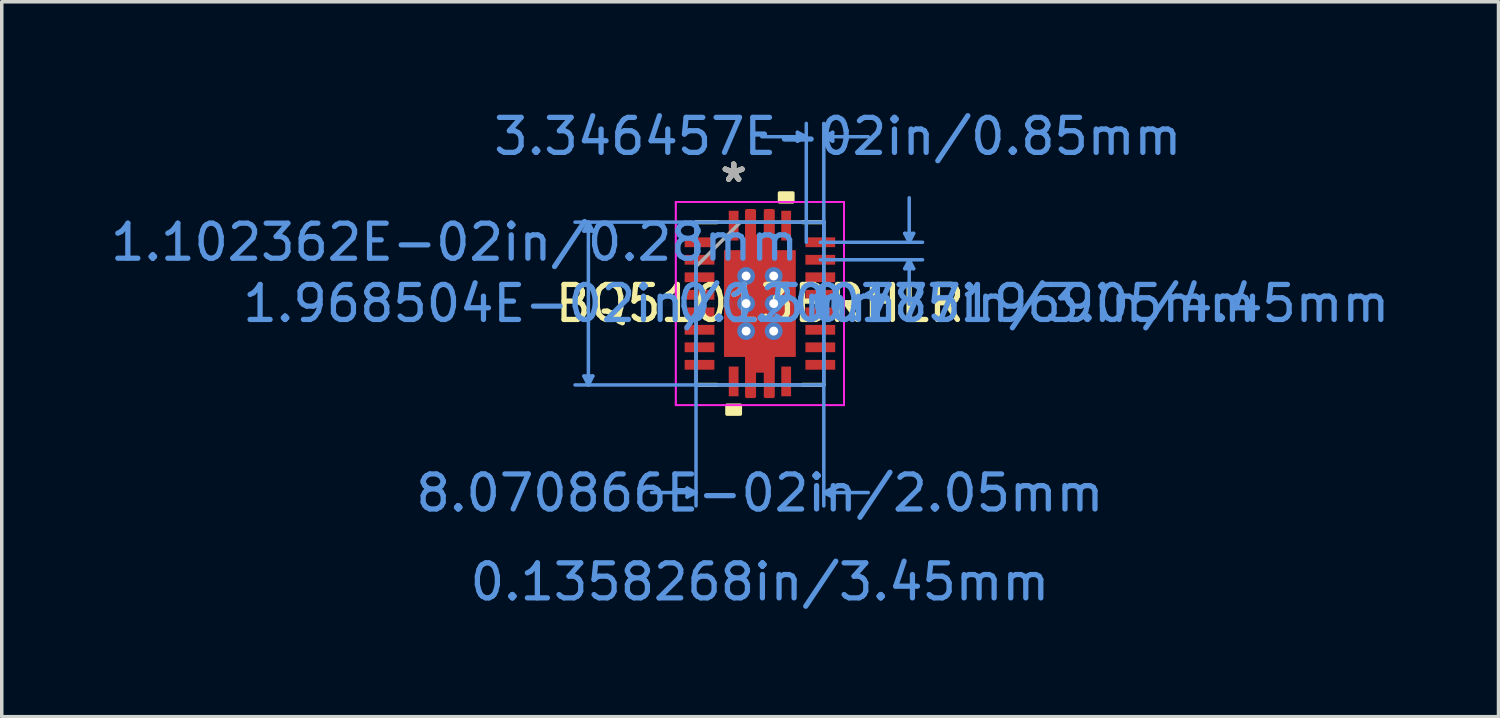
<source format=kicad_pcb>
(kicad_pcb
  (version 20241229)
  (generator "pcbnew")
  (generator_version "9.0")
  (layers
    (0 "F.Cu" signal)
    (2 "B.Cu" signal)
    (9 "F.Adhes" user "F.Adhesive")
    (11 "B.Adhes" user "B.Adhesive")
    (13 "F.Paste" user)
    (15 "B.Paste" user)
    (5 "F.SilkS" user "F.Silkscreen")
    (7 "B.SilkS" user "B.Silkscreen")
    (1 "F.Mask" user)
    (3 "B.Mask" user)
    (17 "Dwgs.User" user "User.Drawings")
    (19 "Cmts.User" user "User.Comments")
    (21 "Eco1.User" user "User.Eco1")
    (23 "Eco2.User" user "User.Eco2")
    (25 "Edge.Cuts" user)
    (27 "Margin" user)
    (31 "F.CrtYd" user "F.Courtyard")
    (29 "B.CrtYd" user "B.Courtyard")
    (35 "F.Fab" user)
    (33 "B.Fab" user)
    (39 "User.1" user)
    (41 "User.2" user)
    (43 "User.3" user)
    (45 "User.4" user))
  (footprint "BQ51013BRHLR"
    (layer "F.Cu")
    (at 18.658 5.621)
    (property "Reference" "BQ51013BRHLR" (at 0 0 0) (layer "F.SilkS") (effects (font (size 1 1) (thickness 0.15))))
    (attr through_hole)
    (fp_poly (pts (xy 0.375 -1.525) (xy 0.375 -2.65) (xy 0.16 -2.65) (xy 0.16 -1.925) (xy -0.16 -1.925) (xy -0.16 -2.65) (xy -0.375 -2.65) (xy -0.375 -1.525)) (stroke (width 0.1) (type solid)) (fill yes) (layer "F.Cu"))
    (fp_poly (pts (xy 0.375 1.525) (xy 0.375 2.65) (xy 0.16 2.65) (xy 0.16 1.925) (xy -0.16 1.925) (xy -0.16 2.65) (xy -0.375 2.65) (xy -0.375 1.525)) (stroke (width 0.1) (type solid)) (fill yes) (layer "F.Cu"))
    (fp_poly (pts (xy -2.22 -1.96) (xy -2.22 -1.54) (xy -1.23 -1.54) (xy -1.23 -1.96)) (stroke (width 0.1) (type solid)) (fill yes) (layer "F.Mask"))
    (fp_poly (pts (xy -2.22 -1.46) (xy -2.22 -1.04) (xy -1.23 -1.04) (xy -1.23 -1.46)) (stroke (width 0.1) (type solid)) (fill yes) (layer "F.Mask"))
    (fp_poly (pts (xy -2.22 -0.96) (xy -2.22 -0.54) (xy -1.23 -0.54) (xy -1.23 -0.96)) (stroke (width 0.1) (type solid)) (fill yes) (layer "F.Mask"))
    (fp_poly (pts (xy -2.22 -0.46) (xy -2.22 -0.04) (xy -1.23 -0.04) (xy -1.23 -0.46)) (stroke (width 0.1) (type solid)) (fill yes) (layer "F.Mask"))
    (fp_poly (pts (xy -2.22 0.04) (xy -2.22 0.46) (xy -1.23 0.46) (xy -1.23 0.04)) (stroke (width 0.1) (type solid)) (fill yes) (layer "F.Mask"))
    (fp_poly (pts (xy -2.22 0.54) (xy -2.22 0.96) (xy -1.23 0.96) (xy -1.23 0.54)) (stroke (width 0.1) (type solid)) (fill yes) (layer "F.Mask"))
    (fp_poly (pts (xy -2.22 1.04) (xy -2.22 1.46) (xy -1.23 1.46) (xy -1.23 1.04)) (stroke (width 0.1) (type solid)) (fill yes) (layer "F.Mask"))
    (fp_poly (pts (xy -2.22 1.54) (xy -2.22 1.96) (xy -1.23 1.96) (xy -1.23 1.54)) (stroke (width 0.1) (type solid)) (fill yes) (layer "F.Mask"))
    (fp_poly (pts (xy -1.089 -1.588) (xy -0.594 -1.588) (xy -0.594 1.588) (xy -1.089 1.588)) (stroke (width 0.1) (type solid)) (fill yes) (layer "F.Mask"))
    (fp_poly (pts (xy -1.089 -1.588) (xy 1.089 -1.588) (xy 1.089 -0.987) (xy -1.089 -0.987)) (stroke (width 0.1) (type solid)) (fill yes) (layer "F.Mask"))
    (fp_poly (pts (xy -1.089 -0.587) (xy 1.089 -0.587) (xy 1.089 -0.2) (xy -1.089 -0.2)) (stroke (width 0.1) (type solid)) (fill yes) (layer "F.Mask"))
    (fp_poly (pts (xy -1.089 0.2) (xy 1.089 0.2) (xy 1.089 0.587) (xy -1.089 0.587)) (stroke (width 0.1) (type solid)) (fill yes) (layer "F.Mask"))
    (fp_poly (pts (xy -1.089 0.987) (xy 1.089 0.987) (xy 1.089 1.588) (xy -1.089 1.588)) (stroke (width 0.1) (type solid)) (fill yes) (layer "F.Mask"))
    (fp_poly (pts (xy -0.96 -2.72) (xy -0.96 -1.73) (xy -0.54 -1.73) (xy -0.54 -2.72)) (stroke (width 0.1) (type solid)) (fill yes) (layer "F.Mask"))
    (fp_poly (pts (xy -0.96 1.73) (xy -0.96 2.72) (xy -0.54 2.72) (xy -0.54 1.73)) (stroke (width 0.1) (type solid)) (fill yes) (layer "F.Mask"))
    (fp_poly (pts (xy 0.194 -1.588) (xy -0.194 -1.588) (xy -0.194 1.588) (xy 0.194 1.588)) (stroke (width 0.1) (type solid)) (fill yes) (layer "F.Mask"))
    (fp_poly (pts (xy 0.54 -2.72) (xy 0.54 -1.73) (xy 0.96 -1.73) (xy 0.96 -2.72)) (stroke (width 0.1) (type solid)) (fill yes) (layer "F.Mask"))
    (fp_poly (pts (xy 0.54 1.73) (xy 0.54 2.72) (xy 0.96 2.72) (xy 0.96 1.73)) (stroke (width 0.1) (type solid)) (fill yes) (layer "F.Mask"))
    (fp_poly (pts (xy 0.594 -1.588) (xy 1.089 -1.588) (xy 1.089 1.588) (xy 0.594 1.588)) (stroke (width 0.1) (type solid)) (fill yes) (layer "F.Mask"))
    (fp_poly (pts (xy 1.23 -1.96) (xy 1.23 -1.54) (xy 2.22 -1.54) (xy 2.22 -1.96)) (stroke (width 0.1) (type solid)) (fill yes) (layer "F.Mask"))
    (fp_poly (pts (xy 1.23 -1.46) (xy 1.23 -1.04) (xy 2.22 -1.04) (xy 2.22 -1.46)) (stroke (width 0.1) (type solid)) (fill yes) (layer "F.Mask"))
    (fp_poly (pts (xy 1.23 -0.96) (xy 1.23 -0.54) (xy 2.22 -0.54) (xy 2.22 -0.96)) (stroke (width 0.1) (type solid)) (fill yes) (layer "F.Mask"))
    (fp_poly (pts (xy 1.23 -0.46) (xy 1.23 -0.04) (xy 2.22 -0.04) (xy 2.22 -0.46)) (stroke (width 0.1) (type solid)) (fill yes) (layer "F.Mask"))
    (fp_poly (pts (xy 1.23 0.04) (xy 1.23 0.46) (xy 2.22 0.46) (xy 2.22 0.04)) (stroke (width 0.1) (type solid)) (fill yes) (layer "F.Mask"))
    (fp_poly (pts (xy 1.23 0.54) (xy 1.23 0.96) (xy 2.22 0.96) (xy 2.22 0.54)) (stroke (width 0.1) (type solid)) (fill yes) (layer "F.Mask"))
    (fp_poly (pts (xy 1.23 1.04) (xy 1.23 1.46) (xy 2.22 1.46) (xy 2.22 1.04)) (stroke (width 0.1) (type solid)) (fill yes) (layer "F.Mask"))
    (fp_poly (pts (xy 1.23 1.54) (xy 1.23 1.96) (xy 2.22 1.96) (xy 2.22 1.54)) (stroke (width 0.1) (type solid)) (fill yes) (layer "F.Mask"))
    (fp_poly (pts (xy 0.375 -1.525) (xy 0.375 -2.65) (xy 0.16 -2.65) (xy 0.16 -1.925) (xy -0.16 -1.925) (xy -0.16 -2.65) (xy -0.375 -2.65) (xy -0.375 -1.525)) (stroke (width 0.1) (type solid)) (fill yes) (layer "F.Mask"))
    (fp_poly (pts (xy 0.375 1.525) (xy 0.375 2.65) (xy 0.16 2.65) (xy 0.16 1.925) (xy -0.16 1.925) (xy -0.16 2.65) (xy -0.375 2.65) (xy -0.375 1.525)) (stroke (width 0.1) (type solid)) (fill yes) (layer "F.Mask"))
    (fp_line (start -1.825 2.325) (end -1.223 2.325) (stroke (width 0.12) (type solid)) (layer "F.SilkS"))
    (fp_line (start -1.223 -2.325) (end -1.825 -2.325) (stroke (width 0.12) (type solid)) (layer "F.SilkS"))
    (fp_line (start 1.223 2.325) (end 1.825 2.325) (stroke (width 0.12) (type solid)) (layer "F.SilkS"))
    (fp_line (start 1.825 -2.325) (end 1.223 -2.325) (stroke (width 0.12) (type solid)) (layer "F.SilkS"))
    (fp_poly (pts (xy -0.941 2.904) (xy -0.941 3.158) (xy -0.56 3.158) (xy -0.56 2.904)) (stroke (width 0.1) (type solid)) (fill yes) (layer "F.SilkS"))
    (fp_poly (pts (xy 0.56 -2.904) (xy 0.56 -3.158) (xy 0.941 -3.158) (xy 0.941 -2.904)) (stroke (width 0.1) (type solid)) (fill yes) (layer "F.SilkS"))
    (fp_poly (pts (xy -2.125 -1.865) (xy -2.125 -1.635) (xy -1.325 -1.635) (xy -1.325 -1.865)) (stroke (width 0.1) (type solid)) (fill yes) (layer "F.Paste"))
    (fp_poly (pts (xy -2.125 -1.365) (xy -2.125 -1.135) (xy -1.325 -1.135) (xy -1.325 -1.365)) (stroke (width 0.1) (type solid)) (fill yes) (layer "F.Paste"))
    (fp_poly (pts (xy -2.125 -0.865) (xy -2.125 -0.635) (xy -1.325 -0.635) (xy -1.325 -0.865)) (stroke (width 0.1) (type solid)) (fill yes) (layer "F.Paste"))
    (fp_poly (pts (xy -2.125 -0.365) (xy -2.125 -0.135) (xy -1.325 -0.135) (xy -1.325 -0.365)) (stroke (width 0.1) (type solid)) (fill yes) (layer "F.Paste"))
    (fp_poly (pts (xy -2.125 0.135) (xy -2.125 0.365) (xy -1.325 0.365) (xy -1.325 0.135)) (stroke (width 0.1) (type solid)) (fill yes) (layer "F.Paste"))
    (fp_poly (pts (xy -2.125 0.635) (xy -2.125 0.865) (xy -1.325 0.865) (xy -1.325 0.635)) (stroke (width 0.1) (type solid)) (fill yes) (layer "F.Paste"))
    (fp_poly (pts (xy -2.125 1.135) (xy -2.125 1.365) (xy -1.325 1.365) (xy -1.325 1.135)) (stroke (width 0.1) (type solid)) (fill yes) (layer "F.Paste"))
    (fp_poly (pts (xy -2.125 1.635) (xy -2.125 1.865) (xy -1.325 1.865) (xy -1.325 1.635)) (stroke (width 0.1) (type solid)) (fill yes) (layer "F.Paste"))
    (fp_poly (pts (xy -0.865 -2.625) (xy -0.865 -1.825) (xy -0.635 -1.825) (xy -0.635 -2.625)) (stroke (width 0.1) (type solid)) (fill yes) (layer "F.Paste"))
    (fp_poly (pts (xy -0.865 1.825) (xy -0.865 2.625) (xy -0.635 2.625) (xy -0.635 1.825)) (stroke (width 0.1) (type solid)) (fill yes) (layer "F.Paste"))
    (fp_poly (pts (xy -0.16 -1.925) (xy -0.16 -2.65) (xy -0.375 -2.65) (xy -0.375 -1.925)) (stroke (width 0.1) (type solid)) (fill yes) (layer "F.Paste"))
    (fp_poly (pts (xy -0.16 1.925) (xy -0.16 2.65) (xy -0.375 2.65) (xy -0.375 1.925)) (stroke (width 0.1) (type solid)) (fill yes) (layer "F.Paste"))
    (fp_poly (pts (xy 0.375 -1.925) (xy 0.375 -2.65) (xy 0.16 -2.65) (xy 0.16 -1.925)) (stroke (width 0.1) (type solid)) (fill yes) (layer "F.Paste"))
    (fp_poly (pts (xy 0.375 1.925) (xy 0.375 2.65) (xy 0.16 2.65) (xy 0.16 1.925)) (stroke (width 0.1) (type solid)) (fill yes) (layer "F.Paste"))
    (fp_poly (pts (xy 0.635 -2.625) (xy 0.635 -1.825) (xy 0.865 -1.825) (xy 0.865 -2.625)) (stroke (width 0.1) (type solid)) (fill yes) (layer "F.Paste"))
    (fp_poly (pts (xy 0.635 1.825) (xy 0.635 2.625) (xy 0.865 2.625) (xy 0.865 1.825)) (stroke (width 0.1) (type solid)) (fill yes) (layer "F.Paste"))
    (fp_poly (pts (xy 1.325 -1.865) (xy 1.325 -1.635) (xy 2.125 -1.635) (xy 2.125 -1.865)) (stroke (width 0.1) (type solid)) (fill yes) (layer "F.Paste"))
    (fp_poly (pts (xy 1.325 -1.365) (xy 1.325 -1.135) (xy 2.125 -1.135) (xy 2.125 -1.365)) (stroke (width 0.1) (type solid)) (fill yes) (layer "F.Paste"))
    (fp_poly (pts (xy 1.325 -0.865) (xy 1.325 -0.635) (xy 2.125 -0.635) (xy 2.125 -0.865)) (stroke (width 0.1) (type solid)) (fill yes) (layer "F.Paste"))
    (fp_poly (pts (xy 1.325 -0.365) (xy 1.325 -0.135) (xy 2.125 -0.135) (xy 2.125 -0.365)) (stroke (width 0.1) (type solid)) (fill yes) (layer "F.Paste"))
    (fp_poly (pts (xy 1.325 0.135) (xy 1.325 0.365) (xy 2.125 0.365) (xy 2.125 0.135)) (stroke (width 0.1) (type solid)) (fill yes) (layer "F.Paste"))
    (fp_poly (pts (xy 1.325 0.635) (xy 1.325 0.865) (xy 2.125 0.865) (xy 2.125 0.635)) (stroke (width 0.1) (type solid)) (fill yes) (layer "F.Paste"))
    (fp_poly (pts (xy 1.325 1.135) (xy 1.325 1.365) (xy 2.125 1.365) (xy 2.125 1.135)) (stroke (width 0.1) (type solid)) (fill yes) (layer "F.Paste"))
    (fp_poly (pts (xy 1.325 1.635) (xy 1.325 1.865) (xy 2.125 1.865) (xy 2.125 1.635)) (stroke (width 0.1) (type solid)) (fill yes) (layer "F.Paste"))
    (fp_poly (pts (xy -0.95 -1.45) (xy -0.95 -0.887) (xy -0.635 -0.887) (xy -0.494 -1.029) (xy -0.494 -1.45)) (stroke (width 0.1) (type solid)) (fill yes) (layer "F.Paste"))
    (fp_poly (pts (xy -0.95 0.887) (xy -0.95 1.45) (xy -0.494 1.45) (xy -0.494 1.029) (xy -0.635 0.887)) (stroke (width 0.1) (type solid)) (fill yes) (layer "F.Paste"))
    (fp_poly (pts (xy 0.494 -1.45) (xy 0.494 -1.029) (xy 0.635 -0.887) (xy 0.95 -0.887) (xy 0.95 -1.45)) (stroke (width 0.1) (type solid)) (fill yes) (layer "F.Paste"))
    (fp_poly (pts (xy 0.635 0.887) (xy 0.494 1.029) (xy 0.494 1.45) (xy 0.95 1.45) (xy 0.95 0.887)) (stroke (width 0.1) (type solid)) (fill yes) (layer "F.Paste"))
    (fp_poly (pts (xy -0.95 -0.687) (xy -0.95 -0.1) (xy -0.635 -0.1) (xy -0.494 -0.241) (xy -0.494 -0.546) (xy -0.635 -0.687)) (stroke (width 0.1) (type solid)) (fill yes) (layer "F.Paste"))
    (fp_poly (pts (xy -0.95 0.1) (xy -0.95 0.687) (xy -0.635 0.687) (xy -0.494 0.546) (xy -0.494 0.241) (xy -0.635 0.1)) (stroke (width 0.1) (type solid)) (fill yes) (layer "F.Paste"))
    (fp_poly (pts (xy -0.294 -1.45) (xy -0.294 -1.029) (xy -0.152 -0.887) (xy 0.152 -0.887) (xy 0.294 -1.029) (xy 0.294 -1.45)) (stroke (width 0.1) (type solid)) (fill yes) (layer "F.Paste"))
    (fp_poly (pts (xy -0.152 0.887) (xy -0.294 1.029) (xy -0.294 1.45) (xy 0.294 1.45) (xy 0.294 1.029) (xy 0.152 0.887)) (stroke (width 0.1) (type solid)) (fill yes) (layer "F.Paste"))
    (fp_poly (pts (xy 0.635 -0.687) (xy 0.494 -0.546) (xy 0.494 -0.241) (xy 0.635 -0.1) (xy 0.95 -0.1) (xy 0.95 -0.687)) (stroke (width 0.1) (type solid)) (fill yes) (layer "F.Paste"))
    (fp_poly (pts (xy 0.635 0.1) (xy 0.494 0.241) (xy 0.494 0.546) (xy 0.635 0.687) (xy 0.95 0.687) (xy 0.95 0.1)) (stroke (width 0.1) (type solid)) (fill yes) (layer "F.Paste"))
    (fp_poly (pts (xy -0.152 -0.687) (xy -0.294 -0.546) (xy -0.294 -0.241) (xy -0.152 -0.1) (xy 0.152 -0.1) (xy 0.294 -0.241) (xy 0.294 -0.546) (xy 0.152 -0.687)) (stroke (width 0.1) (type solid)) (fill yes) (layer "F.Paste"))
    (fp_poly (pts (xy -0.152 0.1) (xy -0.294 0.241) (xy -0.294 0.546) (xy -0.152 0.687) (xy 0.152 0.687) (xy 0.294 0.546) (xy 0.294 0.241) (xy 0.152 0.1)) (stroke (width 0.1) (type solid)) (fill yes) (layer "F.Paste"))
    (fp_line (start -5.027 -2.071) (end -4.773 -2.071) (stroke (width 0.1) (type solid)) (layer "Cmts.User"))
    (fp_line (start -5.027 2.071) (end -4.773 2.071) (stroke (width 0.1) (type solid)) (layer "Cmts.User"))
    (fp_line (start -4.9 -2.325) (end -5.027 -2.071) (stroke (width 0.1) (type solid)) (layer "Cmts.User"))
    (fp_line (start -4.9 -2.325) (end -4.9 2.325) (stroke (width 0.1) (type solid)) (layer "Cmts.User"))
    (fp_line (start -4.9 -2.325) (end -4.773 -2.071) (stroke (width 0.1) (type solid)) (layer "Cmts.User"))
    (fp_line (start -4.9 2.325) (end -5.027 2.071) (stroke (width 0.1) (type solid)) (layer "Cmts.User"))
    (fp_line (start -4.9 2.325) (end -4.773 2.071) (stroke (width 0.1) (type solid)) (layer "Cmts.User"))
    (fp_line (start -2.079 5.273) (end -2.079 5.527) (stroke (width 0.1) (type solid)) (layer "Cmts.User"))
    (fp_line (start -1.825 -2.325) (end -1.825 5.781) (stroke (width 0.1) (type solid)) (layer "Cmts.User"))
    (fp_line (start -1.825 5.4) (end -3.095 5.4) (stroke (width 0.1) (type solid)) (layer "Cmts.User"))
    (fp_line (start -1.825 5.4) (end -2.079 5.273) (stroke (width 0.1) (type solid)) (layer "Cmts.User"))
    (fp_line (start -1.825 5.4) (end -2.079 5.527) (stroke (width 0.1) (type solid)) (layer "Cmts.User"))
    (fp_line (start 1.071 -4.892) (end 1.071 -4.638) (stroke (width 0.1) (type solid)) (layer "Cmts.User"))
    (fp_line (start 1.325 -4.765) (end 0.055 -4.765) (stroke (width 0.1) (type solid)) (layer "Cmts.User"))
    (fp_line (start 1.325 -4.765) (end 1.071 -4.892) (stroke (width 0.1) (type solid)) (layer "Cmts.User"))
    (fp_line (start 1.325 -4.765) (end 1.071 -4.638) (stroke (width 0.1) (type solid)) (layer "Cmts.User"))
    (fp_line (start 1.325 -1.75) (end 1.325 -5.146) (stroke (width 0.1) (type solid)) (layer "Cmts.User"))
    (fp_line (start 1.725 -1.75) (end 4.646 -1.75) (stroke (width 0.1) (type solid)) (layer "Cmts.User"))
    (fp_line (start 1.725 -1.25) (end 4.646 -1.25) (stroke (width 0.1) (type solid)) (layer "Cmts.User"))
    (fp_line (start 1.825 -4.765) (end 2.079 -4.892) (stroke (width 0.1) (type solid)) (layer "Cmts.User"))
    (fp_line (start 1.825 -4.765) (end 2.079 -4.638) (stroke (width 0.1) (type solid)) (layer "Cmts.User"))
    (fp_line (start 1.825 -4.765) (end 3.095 -4.765) (stroke (width 0.1) (type solid)) (layer "Cmts.User"))
    (fp_line (start 1.825 -2.325) (end -5.281 -2.325) (stroke (width 0.1) (type solid)) (layer "Cmts.User"))
    (fp_line (start 1.825 -2.325) (end 1.825 5.781) (stroke (width 0.1) (type solid)) (layer "Cmts.User"))
    (fp_line (start 1.825 -1.75) (end 1.825 -5.146) (stroke (width 0.1) (type solid)) (layer "Cmts.User"))
    (fp_line (start 1.825 2.325) (end -5.281 2.325) (stroke (width 0.1) (type solid)) (layer "Cmts.User"))
    (fp_line (start 1.825 5.4) (end 2.079 5.273) (stroke (width 0.1) (type solid)) (layer "Cmts.User"))
    (fp_line (start 1.825 5.4) (end 2.079 5.527) (stroke (width 0.1) (type solid)) (layer "Cmts.User"))
    (fp_line (start 1.825 5.4) (end 3.095 5.4) (stroke (width 0.1) (type solid)) (layer "Cmts.User"))
    (fp_line (start 2.079 -4.892) (end 2.079 -4.638) (stroke (width 0.1) (type solid)) (layer "Cmts.User"))
    (fp_line (start 2.079 5.273) (end 2.079 5.527) (stroke (width 0.1) (type solid)) (layer "Cmts.User"))
    (fp_line (start 4.138 -2.004) (end 4.392 -2.004) (stroke (width 0.1) (type solid)) (layer "Cmts.User"))
    (fp_line (start 4.138 -0.996) (end 4.392 -0.996) (stroke (width 0.1) (type solid)) (layer "Cmts.User"))
    (fp_line (start 4.265 -1.75) (end 4.138 -2.004) (stroke (width 0.1) (type solid)) (layer "Cmts.User"))
    (fp_line (start 4.265 -1.75) (end 4.265 -3.02) (stroke (width 0.1) (type solid)) (layer "Cmts.User"))
    (fp_line (start 4.265 -1.75) (end 4.392 -2.004) (stroke (width 0.1) (type solid)) (layer "Cmts.User"))
    (fp_line (start 4.265 -1.25) (end 4.138 -0.996) (stroke (width 0.1) (type solid)) (layer "Cmts.User"))
    (fp_line (start 4.265 -1.25) (end 4.265 0.02) (stroke (width 0.1) (type solid)) (layer "Cmts.User"))
    (fp_line (start 4.265 -1.25) (end 4.392 -0.996) (stroke (width 0.1) (type solid)) (layer "Cmts.User"))
    (fp_line (start -2.404 -2.904) (end 2.404 -2.904) (stroke (width 0.05) (type solid)) (layer "F.CrtYd"))
    (fp_line (start -2.404 -2.904) (end 2.404 -2.904) (stroke (width 0.05) (type solid)) (layer "F.CrtYd"))
    (fp_line (start -2.404 2.904) (end -2.404 -2.904) (stroke (width 0.05) (type solid)) (layer "F.CrtYd"))
    (fp_line (start -2.404 2.904) (end -2.404 -2.904) (stroke (width 0.05) (type solid)) (layer "F.CrtYd"))
    (fp_line (start 2.404 -2.904) (end 2.404 2.904) (stroke (width 0.05) (type solid)) (layer "F.CrtYd"))
    (fp_line (start 2.404 -2.904) (end 2.404 2.904) (stroke (width 0.05) (type solid)) (layer "F.CrtYd"))
    (fp_line (start 2.404 2.904) (end -2.404 2.904) (stroke (width 0.05) (type solid)) (layer "F.CrtYd"))
    (fp_line (start 2.404 2.904) (end -2.404 2.904) (stroke (width 0.05) (type solid)) (layer "F.CrtYd"))
    (fp_line (start -1.825 -2.325) (end -1.825 2.325) (stroke (width 0.1) (type solid)) (layer "F.Fab"))
    (fp_line (start -1.825 -1.055) (end -0.555 -2.325) (stroke (width 0.1) (type solid)) (layer "F.Fab"))
    (fp_line (start -1.825 2.325) (end 1.825 2.325) (stroke (width 0.1) (type solid)) (layer "F.Fab"))
    (fp_line (start 1.825 -2.325) (end -1.825 -2.325) (stroke (width 0.1) (type solid)) (layer "F.Fab"))
    (fp_line (start 1.825 2.325) (end 1.825 -2.325) (stroke (width 0.1) (type solid)) (layer "F.Fab"))
    (fp_text user "*" (at -0.75 -3.437 0) (layer "F.SilkS") (effects (font (size 1 1) (thickness 0.15))))
    (fp_text user "*" (at -0.75 -3.437 0) (layer "F.SilkS") (effects (font (size 1 1) (thickness 0.15))))
    (fp_text user "0.1358268in/3.45mm" (at 0 7.953 0) (layer "Cmts.User") (effects (font (size 1 1) (thickness 0.15))))
    (fp_text user "1.968504E-02in/0.5mm" (at -5.421 0 0) (layer "Cmts.User") (effects (font (size 1 1) (thickness 0.15))))
    (fp_text user "Copyright 2021 Accelerated Designs. All rights reserved." (at 0 0 0) (layer "Cmts.User") (effects (font (size 0.127 0.127) (thickness 0.002))))
    (fp_text user "0.1751969in/4.45mm" (at 9.713 0 0) (layer "Cmts.User") (effects (font (size 1 1) (thickness 0.15))))
    (fp_text user "8.070866E-02in/2.05mm" (at 0 5.413 0) (layer "Cmts.User") (effects (font (size 1 1) (thickness 0.15))))
    (fp_text user "0.1200787in/3.05mm" (at 5.903 0 0) (layer "Cmts.User") (effects (font (size 1 1) (thickness 0.15))))
    (fp_text user "3.346457E-02in/0.85mm" (at 2.225 -4.773 0) (layer "Cmts.User") (effects (font (size 1 1) (thickness 0.15))))
    (fp_text user "1.102362E-02in/0.28mm" (at -8.723 -1.75 0) (layer "Cmts.User") (effects (font (size 1 1) (thickness 0.15))))
    (fp_text user "*" (at -0.75 -3.437 0) (layer "F.Fab") (effects (font (size 1 1) (thickness 0.15))))
    (fp_text user "*" (at -0.75 -3.437 0) (layer "F.Fab") (effects (font (size 1 1) (thickness 0.15))))
    (pad "1" smd rect (at -0.75 -2.225) (size 0.28 0.85) (layers "F.Cu" "F.Mask"))
    (pad "2" smd rect (at -1.725 -1.75 90) (size 0.28 0.85) (layers "F.Cu" "F.Mask"))
    (pad "3" smd rect (at -1.725 -1.25 90) (size 0.28 0.85) (layers "F.Cu" "F.Mask"))
    (pad "4" smd rect (at -1.725 -0.75 90) (size 0.28 0.85) (layers "F.Cu" "F.Mask"))
    (pad "5" smd rect (at -1.725 -0.25 90) (size 0.28 0.85) (layers "F.Cu" "F.Mask"))
    (pad "6" smd rect (at -1.725 0.25 90) (size 0.28 0.85) (layers "F.Cu" "F.Mask"))
    (pad "7" smd rect (at -1.725 0.75 90) (size 0.28 0.85) (layers "F.Cu" "F.Mask"))
    (pad "8" smd rect (at -1.725 1.25 90) (size 0.28 0.85) (layers "F.Cu" "F.Mask"))
    (pad "9" smd rect (at -1.725 1.75 90) (size 0.28 0.85) (layers "F.Cu" "F.Mask"))
    (pad "10" smd rect (at -0.75 2.225) (size 0.28 0.85) (layers "F.Cu" "F.Mask"))
    (pad "11" smd rect (at 0.75 2.225) (size 0.28 0.85) (layers "F.Cu" "F.Mask"))
    (pad "12" smd rect (at 1.725 1.75 90) (size 0.28 0.85) (layers "F.Cu" "F.Mask"))
    (pad "13" smd rect (at 1.725 1.25 90) (size 0.28 0.85) (layers "F.Cu" "F.Mask"))
    (pad "14" smd rect (at 1.725 0.75 90) (size 0.28 0.85) (layers "F.Cu" "F.Mask"))
    (pad "15" smd rect (at 1.725 0.25 90) (size 0.28 0.85) (layers "F.Cu" "F.Mask"))
    (pad "16" smd rect (at 1.725 -0.25 90) (size 0.28 0.85) (layers "F.Cu" "F.Mask"))
    (pad "17" smd rect (at 1.725 -0.75 90) (size 0.28 0.85) (layers "F.Cu" "F.Mask"))
    (pad "18" smd rect (at 1.725 -1.25 90) (size 0.28 0.85) (layers "F.Cu" "F.Mask"))
    (pad "19" smd rect (at 1.725 -1.75 90) (size 0.28 0.85) (layers "F.Cu" "F.Mask"))
    (pad "20" smd rect (at 0.75 -2.225) (size 0.28 0.85) (layers "F.Cu" "F.Mask"))
    (pad "21" smd rect (at 0 0) (size 2.05 3.05) (layers "F.Cu"))
    (pad "V" thru_hole circle (at -0.394 -0.787) (size 0.508 0.508) (drill 0.254) (layers "*.Cu" "*.Mask"))
    (pad "V" thru_hole circle (at -0.394 0) (size 0.508 0.508) (drill 0.254) (layers "*.Cu" "*.Mask"))
    (pad "V" thru_hole circle (at -0.394 0.787) (size 0.508 0.508) (drill 0.254) (layers "*.Cu" "*.Mask"))
    (pad "V" thru_hole circle (at 0.394 -0.787) (size 0.508 0.508) (drill 0.254) (layers "*.Cu" "*.Mask"))
    (pad "V" thru_hole circle (at 0.394 0) (size 0.508 0.508) (drill 0.254) (layers "*.Cu" "*.Mask"))
    (pad "V" thru_hole circle (at 0.394 0.787) (size 0.508 0.508) (drill 0.254) (layers "*.Cu" "*.Mask")))
  (gr_rect
    (start -3 -3)
    (end 39.757 17.423)
    (stroke (width 0.1) (type default))
    (fill no)
    (layer "Edge.Cuts")))
</source>
